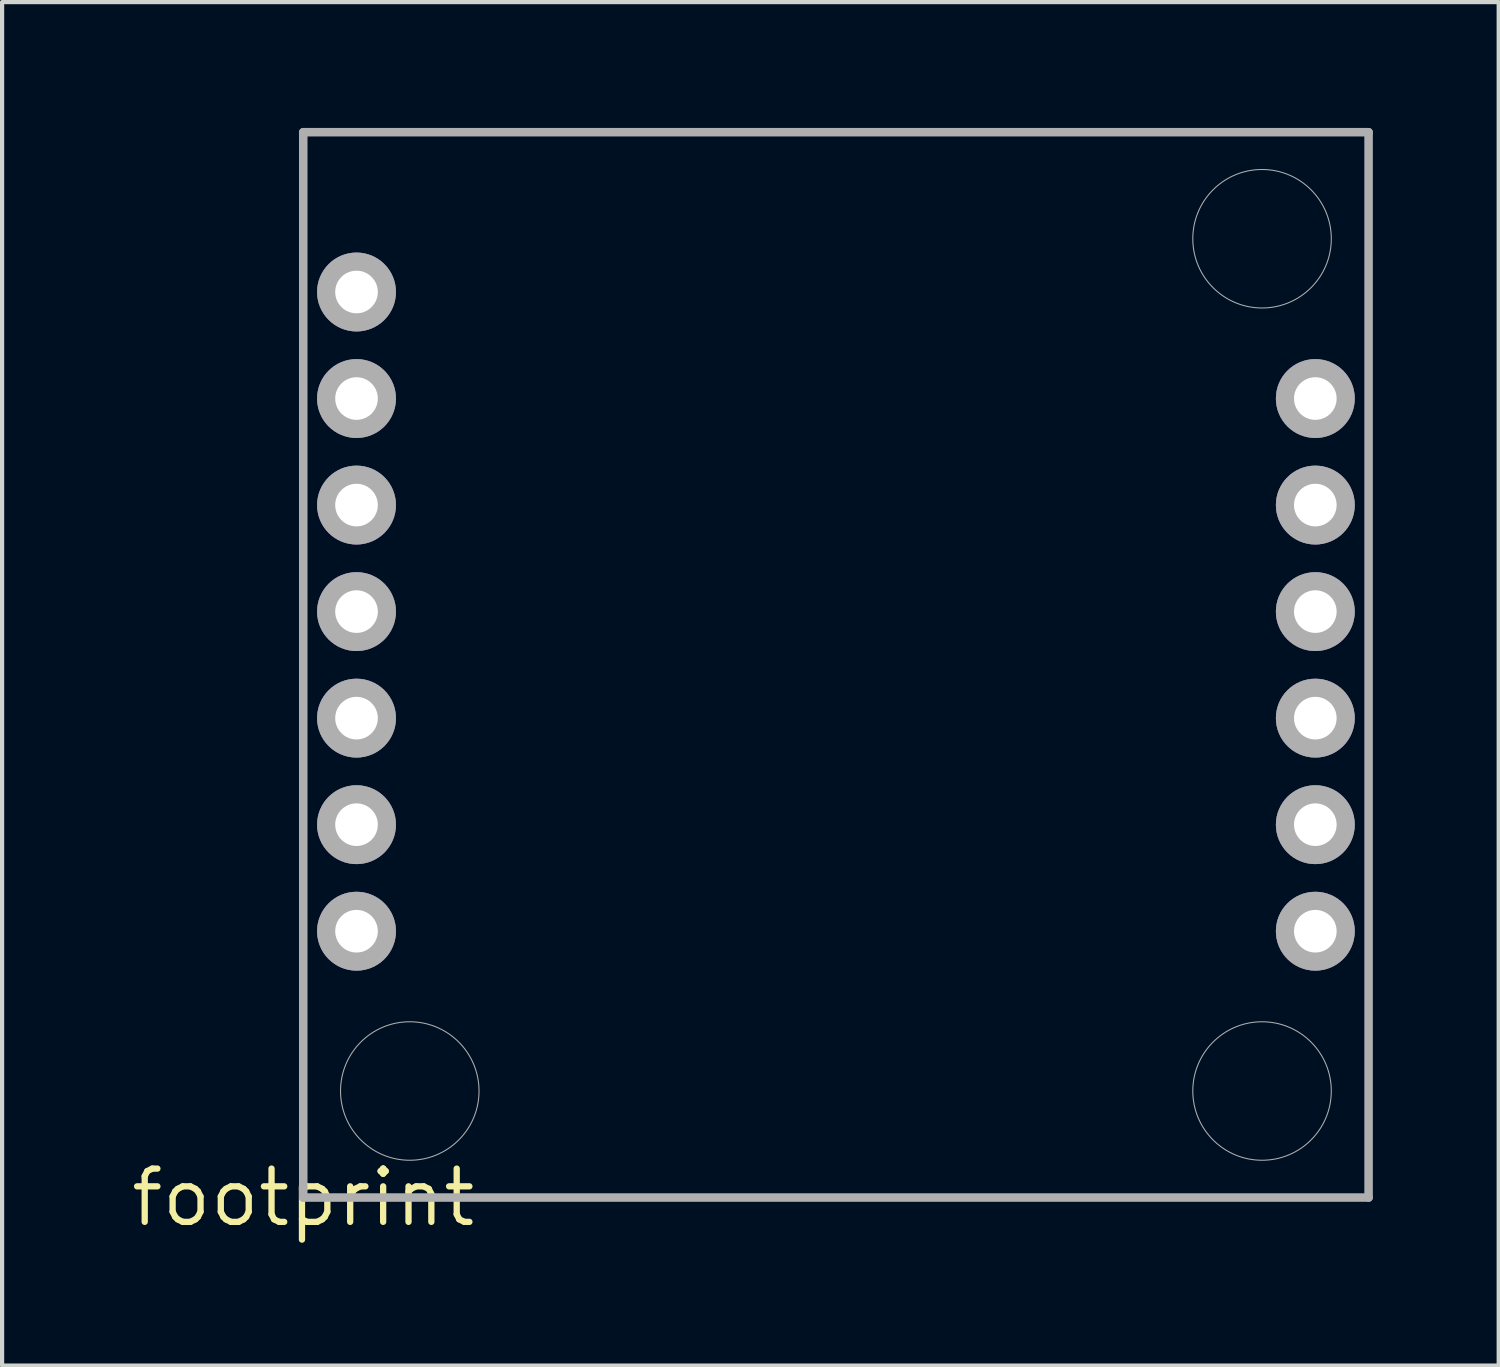
<source format=kicad_pcb>
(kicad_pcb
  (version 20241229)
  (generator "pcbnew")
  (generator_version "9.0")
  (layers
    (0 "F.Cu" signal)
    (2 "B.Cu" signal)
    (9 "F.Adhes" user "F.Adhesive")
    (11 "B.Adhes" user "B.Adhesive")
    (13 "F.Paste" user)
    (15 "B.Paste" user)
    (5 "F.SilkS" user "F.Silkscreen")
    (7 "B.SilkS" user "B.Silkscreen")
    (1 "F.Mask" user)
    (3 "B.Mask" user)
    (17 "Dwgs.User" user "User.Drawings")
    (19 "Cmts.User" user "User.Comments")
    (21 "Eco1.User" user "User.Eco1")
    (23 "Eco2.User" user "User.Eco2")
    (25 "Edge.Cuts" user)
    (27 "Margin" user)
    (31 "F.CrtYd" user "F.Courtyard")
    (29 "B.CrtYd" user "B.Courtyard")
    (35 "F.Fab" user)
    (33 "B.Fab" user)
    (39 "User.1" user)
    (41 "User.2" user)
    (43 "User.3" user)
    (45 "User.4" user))
  (footprint "footprint"
    (layer "F.Cu")
    (at 4.18 25.502)
    (property "Reference" "footprint" (at 0 0 0) (layer "F.SilkS") (effects (font (size 1.27 1.27) (thickness 0.15))))
    (fp_line (start 0 -25.4) (end 0 0) (stroke (width 0.203) (type solid)) (layer "F.Fab"))
    (fp_line (start 0 0) (end 25.4 0) (stroke (width 0.203) (type solid)) (layer "F.Fab"))
    (fp_line (start 25.4 -25.4) (end 0 -25.4) (stroke (width 0.203) (type solid)) (layer "F.Fab"))
    (fp_line (start 25.4 0) (end 25.4 -25.4) (stroke (width 0.203) (type solid)) (layer "F.Fab"))
    (fp_circle (center 1.27 -21.59) (end 1.74 -21.59) (stroke (width 0.94) (type solid)) (fill no) (layer "F.Fab"))
    (fp_circle (center 1.27 -19.05) (end 1.74 -19.05) (stroke (width 0.94) (type solid)) (fill no) (layer "F.Fab"))
    (fp_circle (center 1.27 -16.51) (end 1.74 -16.51) (stroke (width 0.94) (type solid)) (fill no) (layer "F.Fab"))
    (fp_circle (center 1.27 -13.97) (end 1.74 -13.97) (stroke (width 0.94) (type solid)) (fill no) (layer "F.Fab"))
    (fp_circle (center 1.27 -11.43) (end 1.74 -11.43) (stroke (width 0.94) (type solid)) (fill no) (layer "F.Fab"))
    (fp_circle (center 1.27 -8.89) (end 1.74 -8.89) (stroke (width 0.94) (type solid)) (fill no) (layer "F.Fab"))
    (fp_circle (center 1.27 -6.35) (end 1.74 -6.35) (stroke (width 0.94) (type solid)) (fill no) (layer "F.Fab"))
    (fp_circle (center 2.54 -2.54) (end 4.191 -2.54) (stroke (width 0.025) (type solid)) (fill no) (layer "F.Fab"))
    (fp_circle (center 22.86 -22.86) (end 24.511 -22.86) (stroke (width 0.025) (type solid)) (fill no) (layer "F.Fab"))
    (fp_circle (center 22.86 -2.54) (end 24.511 -2.54) (stroke (width 0.025) (type solid)) (fill no) (layer "F.Fab"))
    (fp_circle (center 24.13 -19.05) (end 24.6 -19.05) (stroke (width 0.94) (type solid)) (fill no) (layer "F.Fab"))
    (fp_circle (center 24.13 -16.51) (end 24.6 -16.51) (stroke (width 0.94) (type solid)) (fill no) (layer "F.Fab"))
    (fp_circle (center 24.13 -13.97) (end 24.6 -13.97) (stroke (width 0.94) (type solid)) (fill no) (layer "F.Fab"))
    (fp_circle (center 24.13 -11.43) (end 24.6 -11.43) (stroke (width 0.94) (type solid)) (fill no) (layer "F.Fab"))
    (fp_circle (center 24.13 -8.89) (end 24.6 -8.89) (stroke (width 0.94) (type solid)) (fill no) (layer "F.Fab"))
    (fp_circle (center 24.13 -6.35) (end 24.6 -6.35) (stroke (width 0.94) (type solid)) (fill no) (layer "F.Fab"))
    (pad "3V3" thru_hole circle (at 24.13 -8.89 90) (size 1.88 1.88) (drill 1.016) (layers "*.Cu" "*.Mask"))
    (pad "GND" thru_hole circle (at 24.13 -6.35 90) (size 1.88 1.88) (drill 1.016) (layers "*.Cu" "*.Mask"))
    (pad "PA00" thru_hole circle (at 1.27 -11.43 90) (size 1.88 1.88) (drill 1.016) (layers "*.Cu" "*.Mask"))
    (pad "PA01" thru_hole circle (at 1.27 -8.89 90) (size 1.88 1.88) (drill 1.016) (layers "*.Cu" "*.Mask"))
    (pad "PA02" thru_hole circle (at 1.27 -21.59 90) (size 1.88 1.88) (drill 1.016) (layers "*.Cu" "*.Mask"))
    (pad "PA04" thru_hole circle (at 1.27 -6.35 90) (size 1.88 1.88) (drill 1.016) (layers "*.Cu" "*.Mask"))
    (pad "PA05" thru_hole circle (at 1.27 -16.51 90) (size 1.88 1.88) (drill 1.016) (layers "*.Cu" "*.Mask"))
    (pad "PA06" thru_hole circle (at 1.27 -19.05 90) (size 1.88 1.88) (drill 1.016) (layers "*.Cu" "*.Mask"))
    (pad "PA07" thru_hole circle (at 1.27 -13.97 90) (size 1.88 1.88) (drill 1.016) (layers "*.Cu" "*.Mask"))
    (pad "PA08" thru_hole circle (at 24.13 -11.43 90) (size 1.88 1.88) (drill 1.016) (layers "*.Cu" "*.Mask"))
    (pad "PA09" thru_hole circle (at 24.13 -13.97 90) (size 1.88 1.88) (drill 1.016) (layers "*.Cu" "*.Mask"))
    (pad "PA22" thru_hole circle (at 24.13 -16.51 90) (size 1.88 1.88) (drill 1.016) (layers "*.Cu" "*.Mask"))
    (pad "PA23" thru_hole circle (at 24.13 -19.05 90) (size 1.88 1.88) (drill 1.016) (layers "*.Cu" "*.Mask")))
  (gr_rect
    (start -3 -3)
    (end 32.682 29.508)
    (stroke (width 0.1) (type default))
    (fill no)
    (layer "Edge.Cuts")))
</source>
